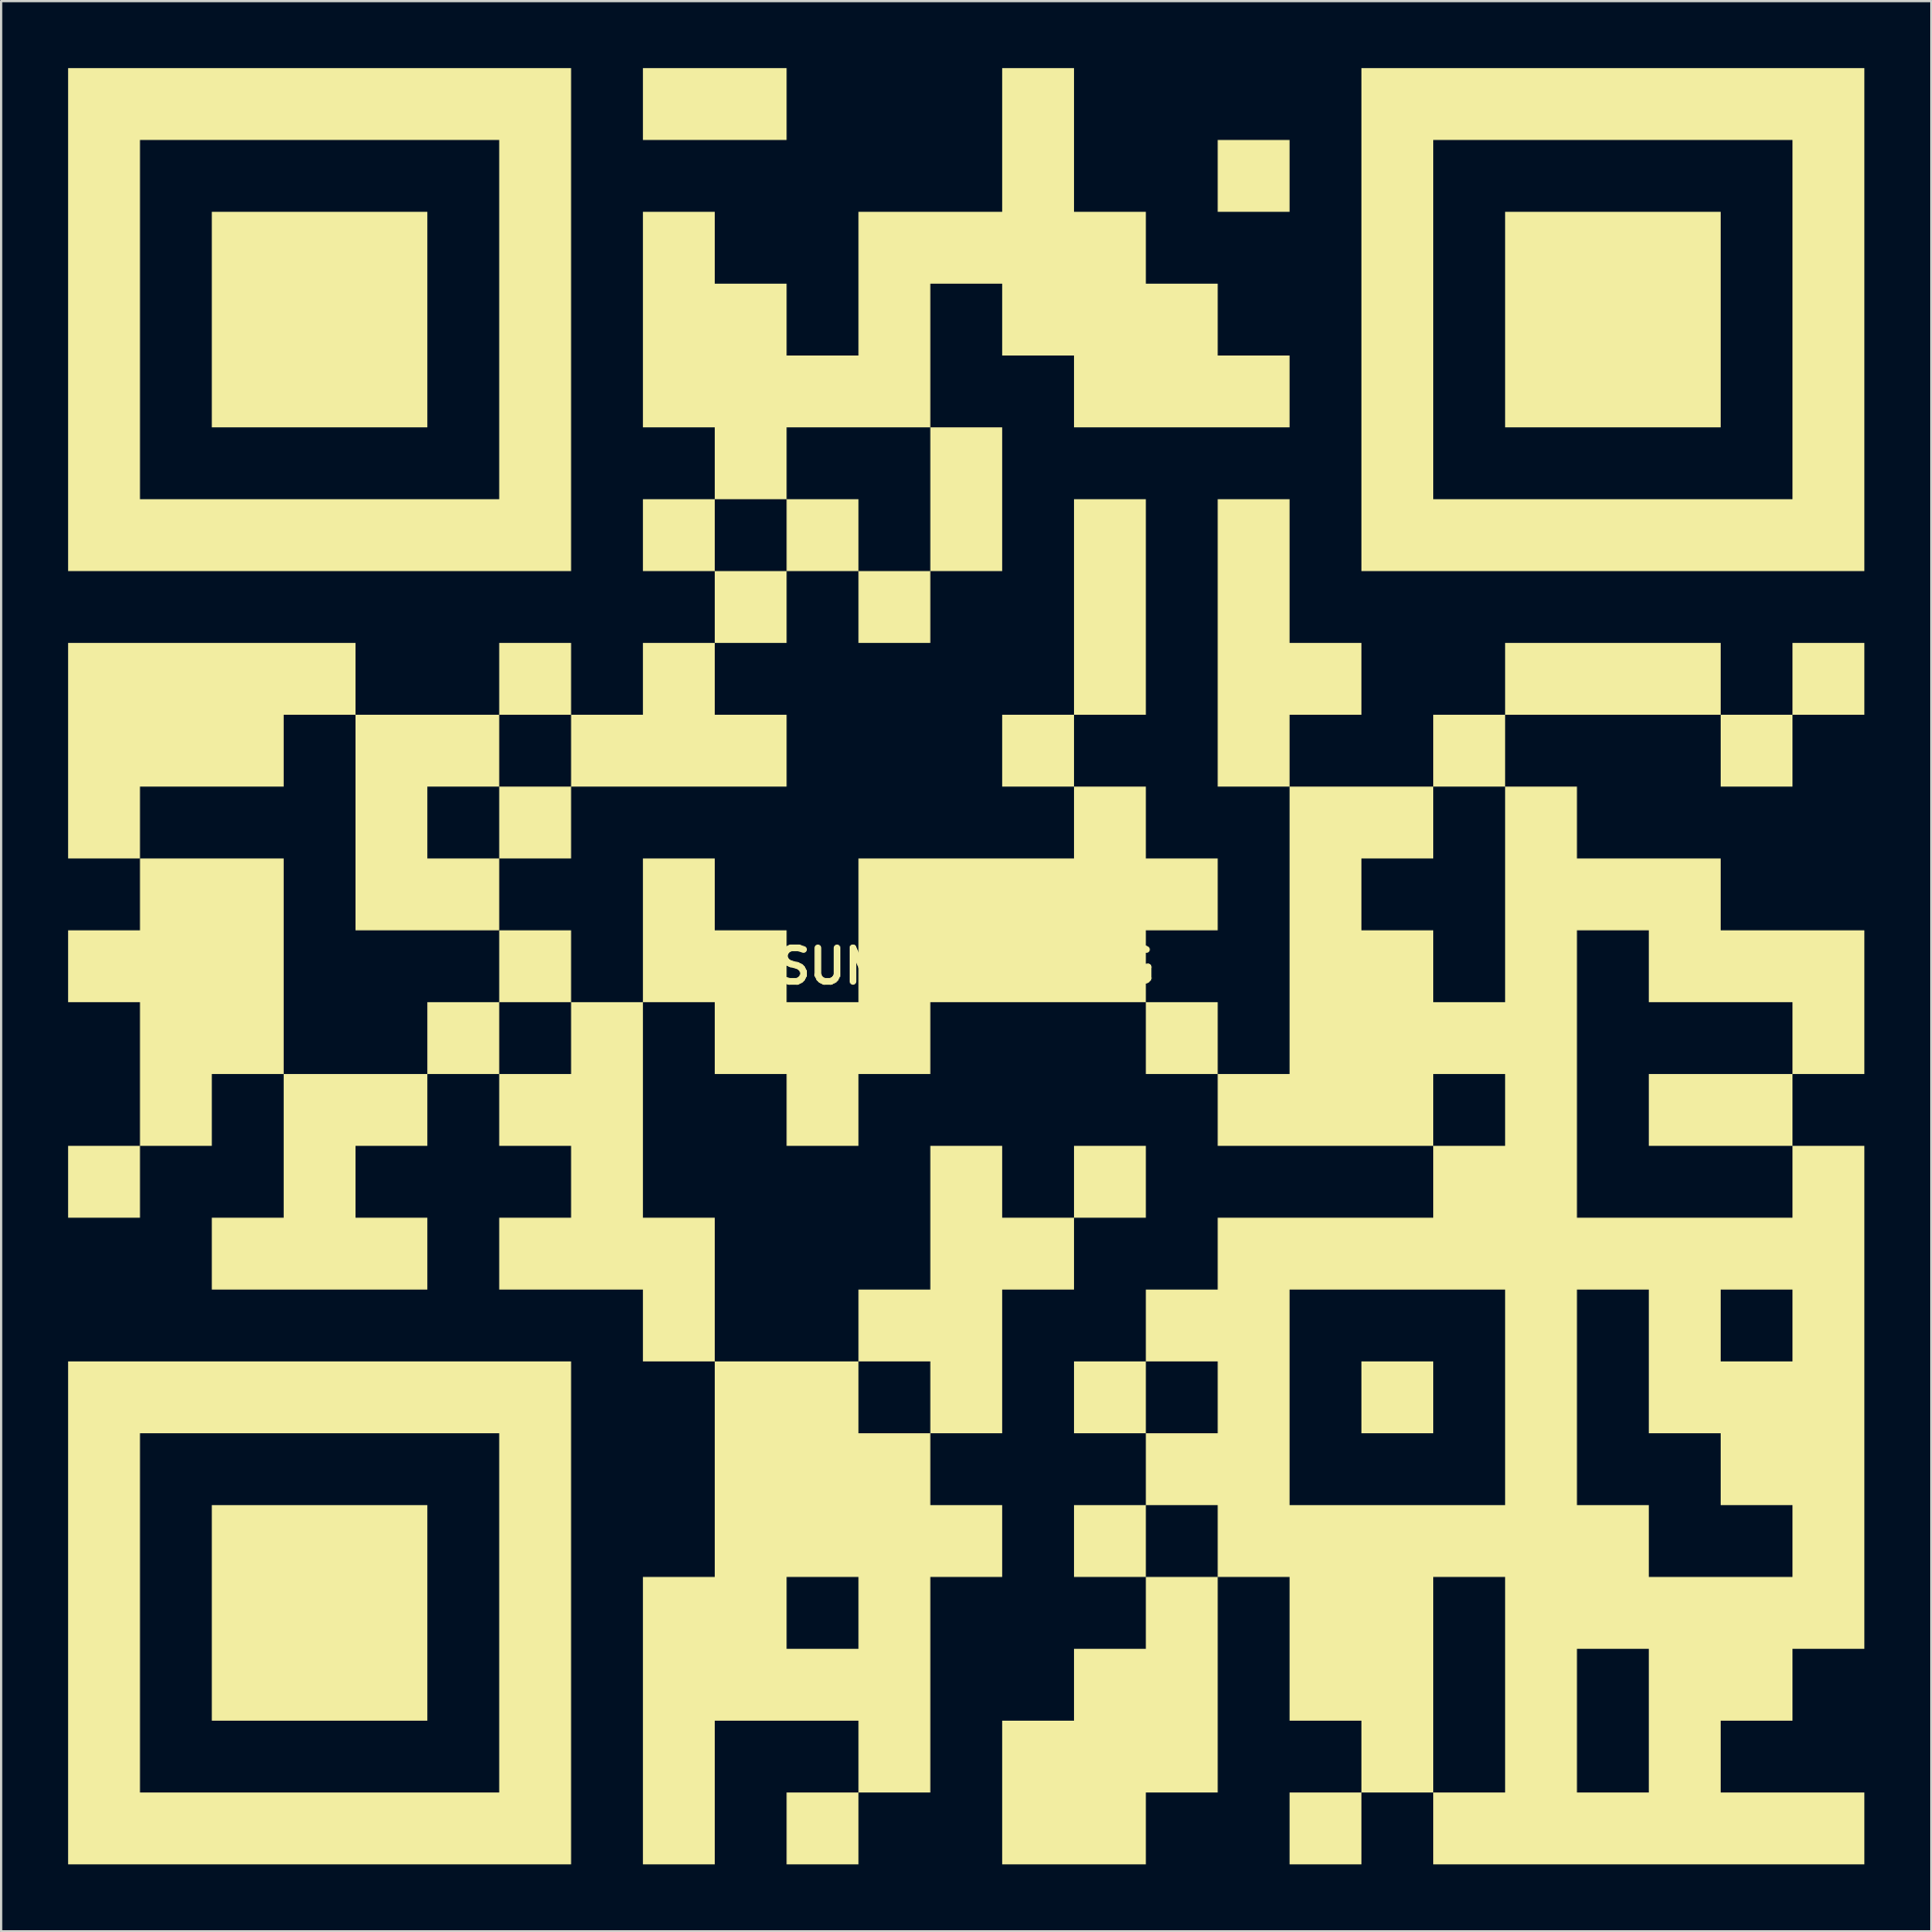
<source format=kicad_pcb>
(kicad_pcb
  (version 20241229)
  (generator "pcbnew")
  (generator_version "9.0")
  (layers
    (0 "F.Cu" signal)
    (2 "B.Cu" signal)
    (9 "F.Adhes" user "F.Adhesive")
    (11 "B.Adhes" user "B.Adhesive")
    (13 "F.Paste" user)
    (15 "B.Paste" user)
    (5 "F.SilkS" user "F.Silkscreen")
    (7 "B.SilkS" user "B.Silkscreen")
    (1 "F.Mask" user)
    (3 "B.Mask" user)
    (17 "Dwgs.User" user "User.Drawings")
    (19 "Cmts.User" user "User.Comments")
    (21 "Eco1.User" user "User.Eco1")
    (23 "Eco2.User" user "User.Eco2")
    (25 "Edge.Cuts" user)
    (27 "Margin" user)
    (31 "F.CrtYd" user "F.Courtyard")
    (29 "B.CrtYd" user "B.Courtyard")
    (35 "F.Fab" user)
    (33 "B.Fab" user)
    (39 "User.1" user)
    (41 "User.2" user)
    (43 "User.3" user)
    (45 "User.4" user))
  (footprint "SUMEC_QR_IMG"
    (layer "F.Cu")
    (at 40.217 40.217)
    (property "Reference" "SUMEC_QR_IMG" (at 0 0 0) (layer "F.SilkS") (effects (font (size 1.5 1.5) (thickness 0.3))))
    (attr board_only exclude_from_pos_files exclude_from_bom)
    (fp_poly (pts (xy -24.13 -28.956) (xy -24.13 -24.13) (xy -28.956 -24.13) (xy -33.782 -24.13) (xy -33.782 -28.956) (xy -33.782 -33.782) (xy -28.956 -33.782) (xy -24.13 -33.782)) (stroke (width 0) (type solid)) (fill yes) (layer "F.SilkS"))
    (fp_poly (pts (xy -24.13 28.956) (xy -24.13 33.782) (xy -28.956 33.782) (xy -33.782 33.782) (xy -33.782 28.956) (xy -33.782 24.13) (xy -28.956 24.13) (xy -24.13 24.13)) (stroke (width 0) (type solid)) (fill yes) (layer "F.SilkS"))
    (fp_poly (pts (xy -8.043 -38.608) (xy -8.043 -36.999) (xy -11.261 -36.999) (xy -14.478 -36.999) (xy -14.478 -38.608) (xy -14.478 -40.217) (xy -11.261 -40.217) (xy -8.043 -40.217)) (stroke (width 0) (type solid)) (fill yes) (layer "F.SilkS"))
    (fp_poly (pts (xy 14.478 -35.391) (xy 14.478 -33.782) (xy 12.869 -33.782) (xy 11.261 -33.782) (xy 11.261 -35.391) (xy 11.261 -36.999) (xy 12.869 -36.999) (xy 14.478 -36.999)) (stroke (width 0) (type solid)) (fill yes) (layer "F.SilkS"))
    (fp_poly (pts (xy 20.913 19.304) (xy 20.913 20.913) (xy 19.304 20.913) (xy 17.695 20.913) (xy 17.695 19.304) (xy 17.695 17.695) (xy 19.304 17.695) (xy 20.913 17.695)) (stroke (width 0) (type solid)) (fill yes) (layer "F.SilkS"))
    (fp_poly (pts (xy 33.782 -28.956) (xy 33.782 -24.13) (xy 28.956 -24.13) (xy 24.13 -24.13) (xy 24.13 -28.956) (xy 24.13 -33.782) (xy 28.956 -33.782) (xy 33.782 -33.782)) (stroke (width 0) (type solid)) (fill yes) (layer "F.SilkS"))
    (fp_poly (pts (xy 8.043 -16.087) (xy 8.043 -11.261) (xy 6.435 -11.261) (xy 4.826 -11.261) (xy 4.826 -9.652) (xy 4.826 -8.043) (xy 3.217 -8.043) (xy 1.609 -8.043) (xy 1.609 -9.652) (xy 1.609 -11.261) (xy 3.217 -11.261) (xy 4.826 -11.261) (xy 4.826 -16.087) (xy 4.826 -20.913) (xy 6.435 -20.913) (xy 8.043 -20.913)) (stroke (width 0) (type solid)) (fill yes) (layer "F.SilkS"))
    (fp_poly (pts (xy -17.695 -28.956) (xy -17.695 -17.695) (xy -28.956 -17.695) (xy -40.217 -17.695) (xy -40.217 -28.956) (xy -36.999 -28.956) (xy -36.999 -20.913) (xy -28.956 -20.913) (xy -20.913 -20.913) (xy -20.913 -28.956) (xy -20.913 -36.999) (xy -28.956 -36.999) (xy -36.999 -36.999) (xy -36.999 -28.956) (xy -40.217 -28.956) (xy -40.217 -40.217) (xy -28.956 -40.217) (xy -17.695 -40.217)) (stroke (width 0) (type solid)) (fill yes) (layer "F.SilkS"))
    (fp_poly (pts (xy -17.695 28.956) (xy -17.695 40.217) (xy -28.956 40.217) (xy -40.217 40.217) (xy -40.217 28.956) (xy -36.999 28.956) (xy -36.999 36.999) (xy -28.956 36.999) (xy -20.913 36.999) (xy -20.913 28.956) (xy -20.913 20.913) (xy -28.956 20.913) (xy -36.999 20.913) (xy -36.999 28.956) (xy -40.217 28.956) (xy -40.217 17.695) (xy -28.956 17.695) (xy -17.695 17.695)) (stroke (width 0) (type solid)) (fill yes) (layer "F.SilkS"))
    (fp_poly (pts (xy 40.217 -28.956) (xy 40.217 -17.695) (xy 28.956 -17.695) (xy 17.695 -17.695) (xy 17.695 -28.956) (xy 20.913 -28.956) (xy 20.913 -20.913) (xy 28.956 -20.913) (xy 36.999 -20.913) (xy 36.999 -28.956) (xy 36.999 -36.999) (xy 28.956 -36.999) (xy 20.913 -36.999) (xy 20.913 -28.956) (xy 17.695 -28.956) (xy 17.695 -40.217) (xy 28.956 -40.217) (xy 40.217 -40.217)) (stroke (width 0) (type solid)) (fill yes) (layer "F.SilkS"))
    (fp_poly (pts (xy 4.826 -36.999) (xy 4.826 -33.782) (xy 6.435 -33.782) (xy 8.043 -33.782) (xy 8.043 -32.173) (xy 8.043 -30.565) (xy 9.652 -30.565) (xy 11.261 -30.565) (xy 11.261 -28.956) (xy 11.261 -27.347) (xy 12.869 -27.347) (xy 14.478 -27.347) (xy 14.478 -25.739) (xy 14.478 -24.13) (xy 9.652 -24.13) (xy 4.826 -24.13) (xy 4.826 -25.739) (xy 4.826 -27.347) (xy 3.217 -27.347) (xy 1.609 -27.347) (xy 1.609 -28.956) (xy 1.609 -30.565) (xy 0 -30.565) (xy -1.609 -30.565) (xy -1.609 -27.347) (xy -1.609 -24.13) (xy -4.826 -24.13) (xy -8.043 -24.13) (xy -8.043 -22.521) (xy -8.043 -20.913) (xy -9.652 -20.913) (xy -11.261 -20.913) (xy -11.261 -19.304) (xy -11.261 -17.695) (xy -9.652 -17.695) (xy -8.043 -17.695) (xy -8.043 -19.304) (xy -8.043 -20.913) (xy -6.435 -20.913) (xy -4.826 -20.913) (xy -4.826 -19.304) (xy -4.826 -17.695) (xy -3.217 -17.695) (xy -1.609 -17.695) (xy -1.609 -20.913) (xy -1.609 -24.13) (xy 0 -24.13) (xy 1.609 -24.13) (xy 1.609 -20.913) (xy 1.609 -17.695) (xy 0 -17.695) (xy -1.609 -17.695) (xy -1.609 -16.087) (xy -1.609 -14.478) (xy -3.217 -14.478) (xy -4.826 -14.478) (xy -4.826 -16.087) (xy -4.826 -17.695) (xy -6.435 -17.695) (xy -8.043 -17.695) (xy -8.043 -16.087) (xy -8.043 -14.478) (xy -9.652 -14.478) (xy -11.261 -14.478) (xy -11.261 -12.869) (xy -11.261 -11.261) (xy -9.652 -11.261) (xy -8.043 -11.261) (xy -8.043 -9.652) (xy -8.043 -8.043) (xy -12.869 -8.043) (xy -17.695 -8.043) (xy -17.695 -6.435) (xy -17.695 -4.826) (xy -19.304 -4.826) (xy -20.913 -4.826) (xy -20.913 -3.217) (xy -20.913 -1.609) (xy -24.13 -1.609) (xy -27.347 -1.609) (xy -27.347 -6.435) (xy -27.347 -8.043) (xy -24.13 -8.043) (xy -24.13 -6.435) (xy -24.13 -4.826) (xy -22.521 -4.826) (xy -20.913 -4.826) (xy -20.913 -6.435) (xy -20.913 -8.043) (xy -19.304 -8.043) (xy -17.695 -8.043) (xy -17.695 -9.652) (xy -17.695 -11.261) (xy -19.304 -11.261) (xy -20.913 -11.261) (xy -20.913 -9.652) (xy -20.913 -8.043) (xy -22.521 -8.043) (xy -24.13 -8.043) (xy -27.347 -8.043) (xy -27.347 -11.261) (xy -28.956 -11.261) (xy -30.565 -11.261) (xy -30.565 -9.652) (xy -30.565 -8.043) (xy -33.782 -8.043) (xy -36.999 -8.043) (xy -36.999 -6.435) (xy -36.999 -4.826) (xy -38.608 -4.826) (xy -40.217 -4.826) (xy -40.217 -9.652) (xy -40.217 -14.478) (xy -33.782 -14.478) (xy -27.347 -14.478) (xy -27.347 -12.869) (xy -27.347 -11.261) (xy -24.13 -11.261) (xy -20.913 -11.261) (xy -20.913 -12.869) (xy -20.913 -14.478) (xy -19.304 -14.478) (xy -17.695 -14.478) (xy -17.695 -12.869) (xy -17.695 -11.261) (xy -16.087 -11.261) (xy -14.478 -11.261) (xy -14.478 -12.869) (xy -14.478 -14.478) (xy -12.869 -14.478) (xy -11.261 -14.478) (xy -11.261 -16.087) (xy -11.261 -17.695) (xy -12.869 -17.695) (xy -14.478 -17.695) (xy -14.478 -19.304) (xy -14.478 -20.913) (xy -12.869 -20.913) (xy -11.261 -20.913) (xy -11.261 -22.521) (xy -11.261 -24.13) (xy -12.869 -24.13) (xy -14.478 -24.13) (xy -14.478 -28.956) (xy -14.478 -33.782) (xy -12.869 -33.782) (xy -11.261 -33.782) (xy -11.261 -32.173) (xy -11.261 -30.565) (xy -9.652 -30.565) (xy -8.043 -30.565) (xy -8.043 -28.956) (xy -8.043 -27.347) (xy -6.435 -27.347) (xy -4.826 -27.347) (xy -4.826 -30.565) (xy -4.826 -33.782) (xy -1.609 -33.782) (xy 1.609 -33.782) (xy 1.609 -36.999) (xy 1.609 -40.217) (xy 3.217 -40.217) (xy 4.826 -40.217)) (stroke (width 0) (type solid)) (fill yes) (layer "F.SilkS"))
    (fp_poly (pts (xy 8.043 -6.435) (xy 8.043 -4.826) (xy 9.652 -4.826) (xy 11.261 -4.826) (xy 11.261 -3.217) (xy 11.261 -1.609) (xy 9.652 -1.609) (xy 8.043 -1.609) (xy 8.043 0) (xy 8.043 1.609) (xy 3.217 1.609) (xy -1.609 1.609) (xy -1.609 3.217) (xy -1.609 4.826) (xy -3.217 4.826) (xy -4.826 4.826) (xy -4.826 6.435) (xy -4.826 8.043) (xy -6.435 8.043) (xy -8.043 8.043) (xy -8.043 6.435) (xy -8.043 4.826) (xy -9.652 4.826) (xy -11.261 4.826) (xy -11.261 3.217) (xy -11.261 1.609) (xy -12.869 1.609) (xy -14.478 1.609) (xy -14.478 6.435) (xy -14.478 11.261) (xy -12.869 11.261) (xy -11.261 11.261) (xy -11.261 14.478) (xy -11.261 17.695) (xy -8.043 17.695) (xy -4.826 17.695) (xy -4.826 16.087) (xy -4.826 14.478) (xy -3.217 14.478) (xy -1.609 14.478) (xy -1.609 11.261) (xy -1.609 8.043) (xy 0 8.043) (xy 1.609 8.043) (xy 1.609 9.652) (xy 1.609 11.261) (xy 3.217 11.261) (xy 4.826 11.261) (xy 4.826 9.652) (xy 4.826 8.043) (xy 6.435 8.043) (xy 8.043 8.043) (xy 8.043 9.652) (xy 8.043 11.261) (xy 6.435 11.261) (xy 4.826 11.261) (xy 4.826 12.869) (xy 4.826 14.478) (xy 3.217 14.478) (xy 1.609 14.478) (xy 1.609 17.695) (xy 1.609 20.913) (xy 0 20.913) (xy -1.609 20.913) (xy -1.609 22.521) (xy -1.609 24.13) (xy 0 24.13) (xy 1.609 24.13) (xy 1.609 25.739) (xy 1.609 27.347) (xy 0 27.347) (xy -1.609 27.347) (xy -1.609 32.173) (xy -1.609 36.999) (xy -3.217 36.999) (xy -4.826 36.999) (xy -4.826 38.608) (xy -4.826 40.217) (xy -6.435 40.217) (xy -8.043 40.217) (xy -8.043 38.608) (xy -8.043 36.999) (xy -6.435 36.999) (xy -4.826 36.999) (xy -4.826 35.391) (xy -4.826 33.782) (xy -8.043 33.782) (xy -11.261 33.782) (xy -11.261 36.999) (xy -11.261 40.217) (xy -12.869 40.217) (xy -14.478 40.217) (xy -14.478 33.782) (xy -14.478 28.956) (xy -8.043 28.956) (xy -8.043 30.565) (xy -6.435 30.565) (xy -4.826 30.565) (xy -4.826 28.956) (xy -4.826 27.347) (xy -6.435 27.347) (xy -8.043 27.347) (xy -8.043 28.956) (xy -14.478 28.956) (xy -14.478 27.347) (xy -12.869 27.347) (xy -11.261 27.347) (xy -11.261 22.521) (xy -11.261 19.304) (xy -4.826 19.304) (xy -4.826 20.913) (xy -3.217 20.913) (xy -1.609 20.913) (xy -1.609 19.304) (xy -1.609 17.695) (xy -3.217 17.695) (xy -4.826 17.695) (xy -4.826 19.304) (xy -11.261 19.304) (xy -11.261 17.695) (xy -12.869 17.695) (xy -14.478 17.695) (xy -14.478 16.087) (xy -14.478 14.478) (xy -17.695 14.478) (xy -20.913 14.478) (xy -20.913 12.869) (xy -20.913 11.261) (xy -19.304 11.261) (xy -17.695 11.261) (xy -17.695 9.652) (xy -17.695 8.043) (xy -19.304 8.043) (xy -20.913 8.043) (xy -20.913 6.435) (xy -20.913 4.826) (xy -22.521 4.826) (xy -24.13 4.826) (xy -24.13 6.435) (xy -24.13 8.043) (xy -25.739 8.043) (xy -27.347 8.043) (xy -27.347 9.652) (xy -27.347 11.261) (xy -25.739 11.261) (xy -24.13 11.261) (xy -24.13 12.869) (xy -24.13 14.478) (xy -28.956 14.478) (xy -33.782 14.478) (xy -33.782 12.869) (xy -33.782 11.261) (xy -32.173 11.261) (xy -30.565 11.261) (xy -30.565 8.043) (xy -30.565 4.826) (xy -32.173 4.826) (xy -33.782 4.826) (xy -33.782 6.435) (xy -33.782 8.043) (xy -35.391 8.043) (xy -36.999 8.043) (xy -36.999 9.652) (xy -36.999 11.261) (xy -38.608 11.261) (xy -40.217 11.261) (xy -40.217 9.652) (xy -40.217 8.043) (xy -38.608 8.043) (xy -36.999 8.043) (xy -36.999 4.826) (xy -36.999 1.609) (xy -38.608 1.609) (xy -40.217 1.609) (xy -40.217 0) (xy -40.217 -1.609) (xy -38.608 -1.609) (xy -36.999 -1.609) (xy -36.999 -3.217) (xy -36.999 -4.826) (xy -33.782 -4.826) (xy -30.565 -4.826) (xy -30.565 0) (xy -30.565 4.826) (xy -27.347 4.826) (xy -24.13 4.826) (xy -24.13 3.217) (xy -20.913 3.217) (xy -20.913 4.826) (xy -19.304 4.826) (xy -17.695 4.826) (xy -17.695 3.217) (xy -17.695 1.609) (xy -19.304 1.609) (xy -20.913 1.609) (xy -20.913 3.217) (xy -24.13 3.217) (xy -24.13 1.609) (xy -22.521 1.609) (xy -20.913 1.609) (xy -20.913 0) (xy -20.913 -1.609) (xy -19.304 -1.609) (xy -17.695 -1.609) (xy -17.695 0) (xy -17.695 1.609) (xy -16.087 1.609) (xy -14.478 1.609) (xy -14.478 -1.609) (xy -14.478 -4.826) (xy -12.869 -4.826) (xy -11.261 -4.826) (xy -11.261 -3.217) (xy -11.261 -1.609) (xy -9.652 -1.609) (xy -8.043 -1.609) (xy -8.043 0) (xy -8.043 1.609) (xy -6.435 1.609) (xy -4.826 1.609) (xy -4.826 -1.609) (xy -4.826 -4.826) (xy 0 -4.826) (xy 4.826 -4.826) (xy 4.826 -6.435) (xy 4.826 -8.043) (xy 6.435 -8.043) (xy 8.043 -8.043)) (stroke (width 0) (type solid)) (fill yes) (layer "F.SilkS"))
    (fp_poly (pts (xy 14.478 -17.695) (xy 14.478 -14.478) (xy 16.087 -14.478) (xy 17.695 -14.478) (xy 17.695 -12.869) (xy 17.695 -11.261) (xy 16.087 -11.261) (xy 14.478 -11.261) (xy 14.478 -9.652) (xy 14.478 -8.043) (xy 17.695 -8.043) (xy 20.913 -8.043) (xy 20.913 -9.652) (xy 20.913 -11.261) (xy 22.521 -11.261) (xy 24.13 -11.261) (xy 24.13 -12.869) (xy 24.13 -14.478) (xy 28.956 -14.478) (xy 33.782 -14.478) (xy 33.782 -12.869) (xy 33.782 -11.261) (xy 35.391 -11.261) (xy 36.999 -11.261) (xy 36.999 -12.869) (xy 36.999 -14.478) (xy 38.608 -14.478) (xy 40.217 -14.478) (xy 40.217 -12.869) (xy 40.217 -11.261) (xy 38.608 -11.261) (xy 36.999 -11.261) (xy 36.999 -9.652) (xy 36.999 -8.043) (xy 35.391 -8.043) (xy 33.782 -8.043) (xy 33.782 -9.652) (xy 33.782 -11.261) (xy 28.956 -11.261) (xy 24.13 -11.261) (xy 24.13 -9.652) (xy 24.13 -8.043) (xy 22.521 -8.043) (xy 20.913 -8.043) (xy 20.913 -6.435) (xy 20.913 -4.826) (xy 19.304 -4.826) (xy 17.695 -4.826) (xy 17.695 -3.217) (xy 17.695 -1.609) (xy 19.304 -1.609) (xy 20.913 -1.609) (xy 20.913 0) (xy 20.913 1.609) (xy 22.521 1.609) (xy 24.13 1.609) (xy 24.13 -3.217) (xy 24.13 -8.043) (xy 25.739 -8.043) (xy 27.347 -8.043) (xy 27.347 -6.435) (xy 27.347 -4.826) (xy 30.565 -4.826) (xy 33.782 -4.826) (xy 33.782 -3.217) (xy 33.782 -1.609) (xy 36.999 -1.609) (xy 40.217 -1.609) (xy 40.217 1.609) (xy 40.217 4.826) (xy 38.608 4.826) (xy 36.999 4.826) (xy 36.999 6.435) (xy 36.999 8.043) (xy 33.782 8.043) (xy 30.565 8.043) (xy 30.565 6.435) (xy 30.565 4.826) (xy 33.782 4.826) (xy 36.999 4.826) (xy 36.999 3.217) (xy 36.999 1.609) (xy 33.782 1.609) (xy 30.565 1.609) (xy 30.565 0) (xy 30.565 -1.609) (xy 28.956 -1.609) (xy 27.347 -1.609) (xy 27.347 4.826) (xy 27.347 11.261) (xy 32.173 11.261) (xy 36.999 11.261) (xy 36.999 9.652) (xy 36.999 8.043) (xy 38.608 8.043) (xy 40.217 8.043) (xy 40.217 19.304) (xy 40.217 30.565) (xy 38.608 30.565) (xy 36.999 30.565) (xy 36.999 32.173) (xy 36.999 33.782) (xy 35.391 33.782) (xy 33.782 33.782) (xy 33.782 35.391) (xy 33.782 36.999) (xy 36.999 36.999) (xy 40.217 36.999) (xy 40.217 38.608) (xy 40.217 40.217) (xy 30.565 40.217) (xy 20.913 40.217) (xy 20.913 38.608) (xy 20.913 36.999) (xy 19.304 36.999) (xy 17.695 36.999) (xy 17.695 38.608) (xy 17.695 40.217) (xy 16.087 40.217) (xy 14.478 40.217) (xy 14.478 38.608) (xy 14.478 36.999) (xy 16.087 36.999) (xy 17.695 36.999) (xy 17.695 35.391) (xy 17.695 33.782) (xy 16.087 33.782) (xy 14.478 33.782) (xy 14.478 32.173) (xy 20.913 32.173) (xy 20.913 36.999) (xy 22.521 36.999) (xy 24.13 36.999) (xy 24.13 33.782) (xy 27.347 33.782) (xy 27.347 36.999) (xy 28.956 36.999) (xy 30.565 36.999) (xy 30.565 33.782) (xy 30.565 30.565) (xy 28.956 30.565) (xy 27.347 30.565) (xy 27.347 33.782) (xy 24.13 33.782) (xy 24.13 32.173) (xy 24.13 27.347) (xy 22.521 27.347) (xy 20.913 27.347) (xy 20.913 32.173) (xy 14.478 32.173) (xy 14.478 30.565) (xy 14.478 27.347) (xy 12.869 27.347) (xy 11.261 27.347) (xy 11.261 32.173) (xy 11.261 36.999) (xy 9.652 36.999) (xy 8.043 36.999) (xy 8.043 38.608) (xy 8.043 40.217) (xy 4.826 40.217) (xy 1.609 40.217) (xy 1.609 36.999) (xy 1.609 33.782) (xy 3.217 33.782) (xy 4.826 33.782) (xy 4.826 32.173) (xy 4.826 30.565) (xy 6.435 30.565) (xy 8.043 30.565) (xy 8.043 28.956) (xy 8.043 27.347) (xy 6.435 27.347) (xy 4.826 27.347) (xy 4.826 25.739) (xy 8.043 25.739) (xy 8.043 27.347) (xy 9.652 27.347) (xy 11.261 27.347) (xy 11.261 25.739) (xy 11.261 24.13) (xy 9.652 24.13) (xy 8.043 24.13) (xy 8.043 25.739) (xy 4.826 25.739) (xy 4.826 24.13) (xy 6.435 24.13) (xy 8.043 24.13) (xy 8.043 22.521) (xy 8.043 20.913) (xy 6.435 20.913) (xy 4.826 20.913) (xy 4.826 19.304) (xy 8.043 19.304) (xy 8.043 20.913) (xy 9.652 20.913) (xy 11.261 20.913) (xy 11.261 19.304) (xy 14.478 19.304) (xy 14.478 24.13) (xy 19.304 24.13) (xy 24.13 24.13) (xy 24.13 19.304) (xy 27.347 19.304) (xy 27.347 24.13) (xy 28.956 24.13) (xy 30.565 24.13) (xy 30.565 25.739) (xy 30.565 27.347) (xy 33.782 27.347) (xy 36.999 27.347) (xy 36.999 25.739) (xy 36.999 24.13) (xy 35.391 24.13) (xy 33.782 24.13) (xy 33.782 22.521) (xy 33.782 20.913) (xy 32.173 20.913) (xy 30.565 20.913) (xy 30.565 17.695) (xy 30.565 16.087) (xy 33.782 16.087) (xy 33.782 17.695) (xy 35.391 17.695) (xy 36.999 17.695) (xy 36.999 16.087) (xy 36.999 14.478) (xy 35.391 14.478) (xy 33.782 14.478) (xy 33.782 16.087) (xy 30.565 16.087) (xy 30.565 14.478) (xy 28.956 14.478) (xy 27.347 14.478) (xy 27.347 19.304) (xy 24.13 19.304) (xy 24.13 14.478) (xy 19.304 14.478) (xy 14.478 14.478) (xy 14.478 19.304) (xy 11.261 19.304) (xy 11.261 17.695) (xy 9.652 17.695) (xy 8.043 17.695) (xy 8.043 19.304) (xy 4.826 19.304) (xy 4.826 17.695) (xy 6.435 17.695) (xy 8.043 17.695) (xy 8.043 16.087) (xy 8.043 14.478) (xy 9.652 14.478) (xy 11.261 14.478) (xy 11.261 12.869) (xy 11.261 11.261) (xy 16.087 11.261) (xy 20.913 11.261) (xy 20.913 9.652) (xy 20.913 8.043) (xy 16.087 8.043) (xy 11.261 8.043) (xy 11.261 6.435) (xy 20.913 6.435) (xy 20.913 8.043) (xy 22.521 8.043) (xy 24.13 8.043) (xy 24.13 6.435) (xy 24.13 4.826) (xy 22.521 4.826) (xy 20.913 4.826) (xy 20.913 6.435) (xy 11.261 6.435) (xy 11.261 4.826) (xy 9.652 4.826) (xy 8.043 4.826) (xy 8.043 3.217) (xy 8.043 1.609) (xy 9.652 1.609) (xy 11.261 1.609) (xy 11.261 3.217) (xy 11.261 4.826) (xy 12.869 4.826) (xy 14.478 4.826) (xy 14.478 -1.609) (xy 14.478 -8.043) (xy 12.869 -8.043) (xy 11.261 -8.043) (xy 11.261 -14.478) (xy 11.261 -20.913) (xy 12.869 -20.913) (xy 14.478 -20.913)) (stroke (width 0) (type solid)) (fill yes) (layer "F.SilkS")))
  (gr_rect
    (start -3 -3)
    (end 83.433 83.433)
    (stroke (width 0.1) (type default))
    (fill no)
    (layer "Edge.Cuts")))
</source>
